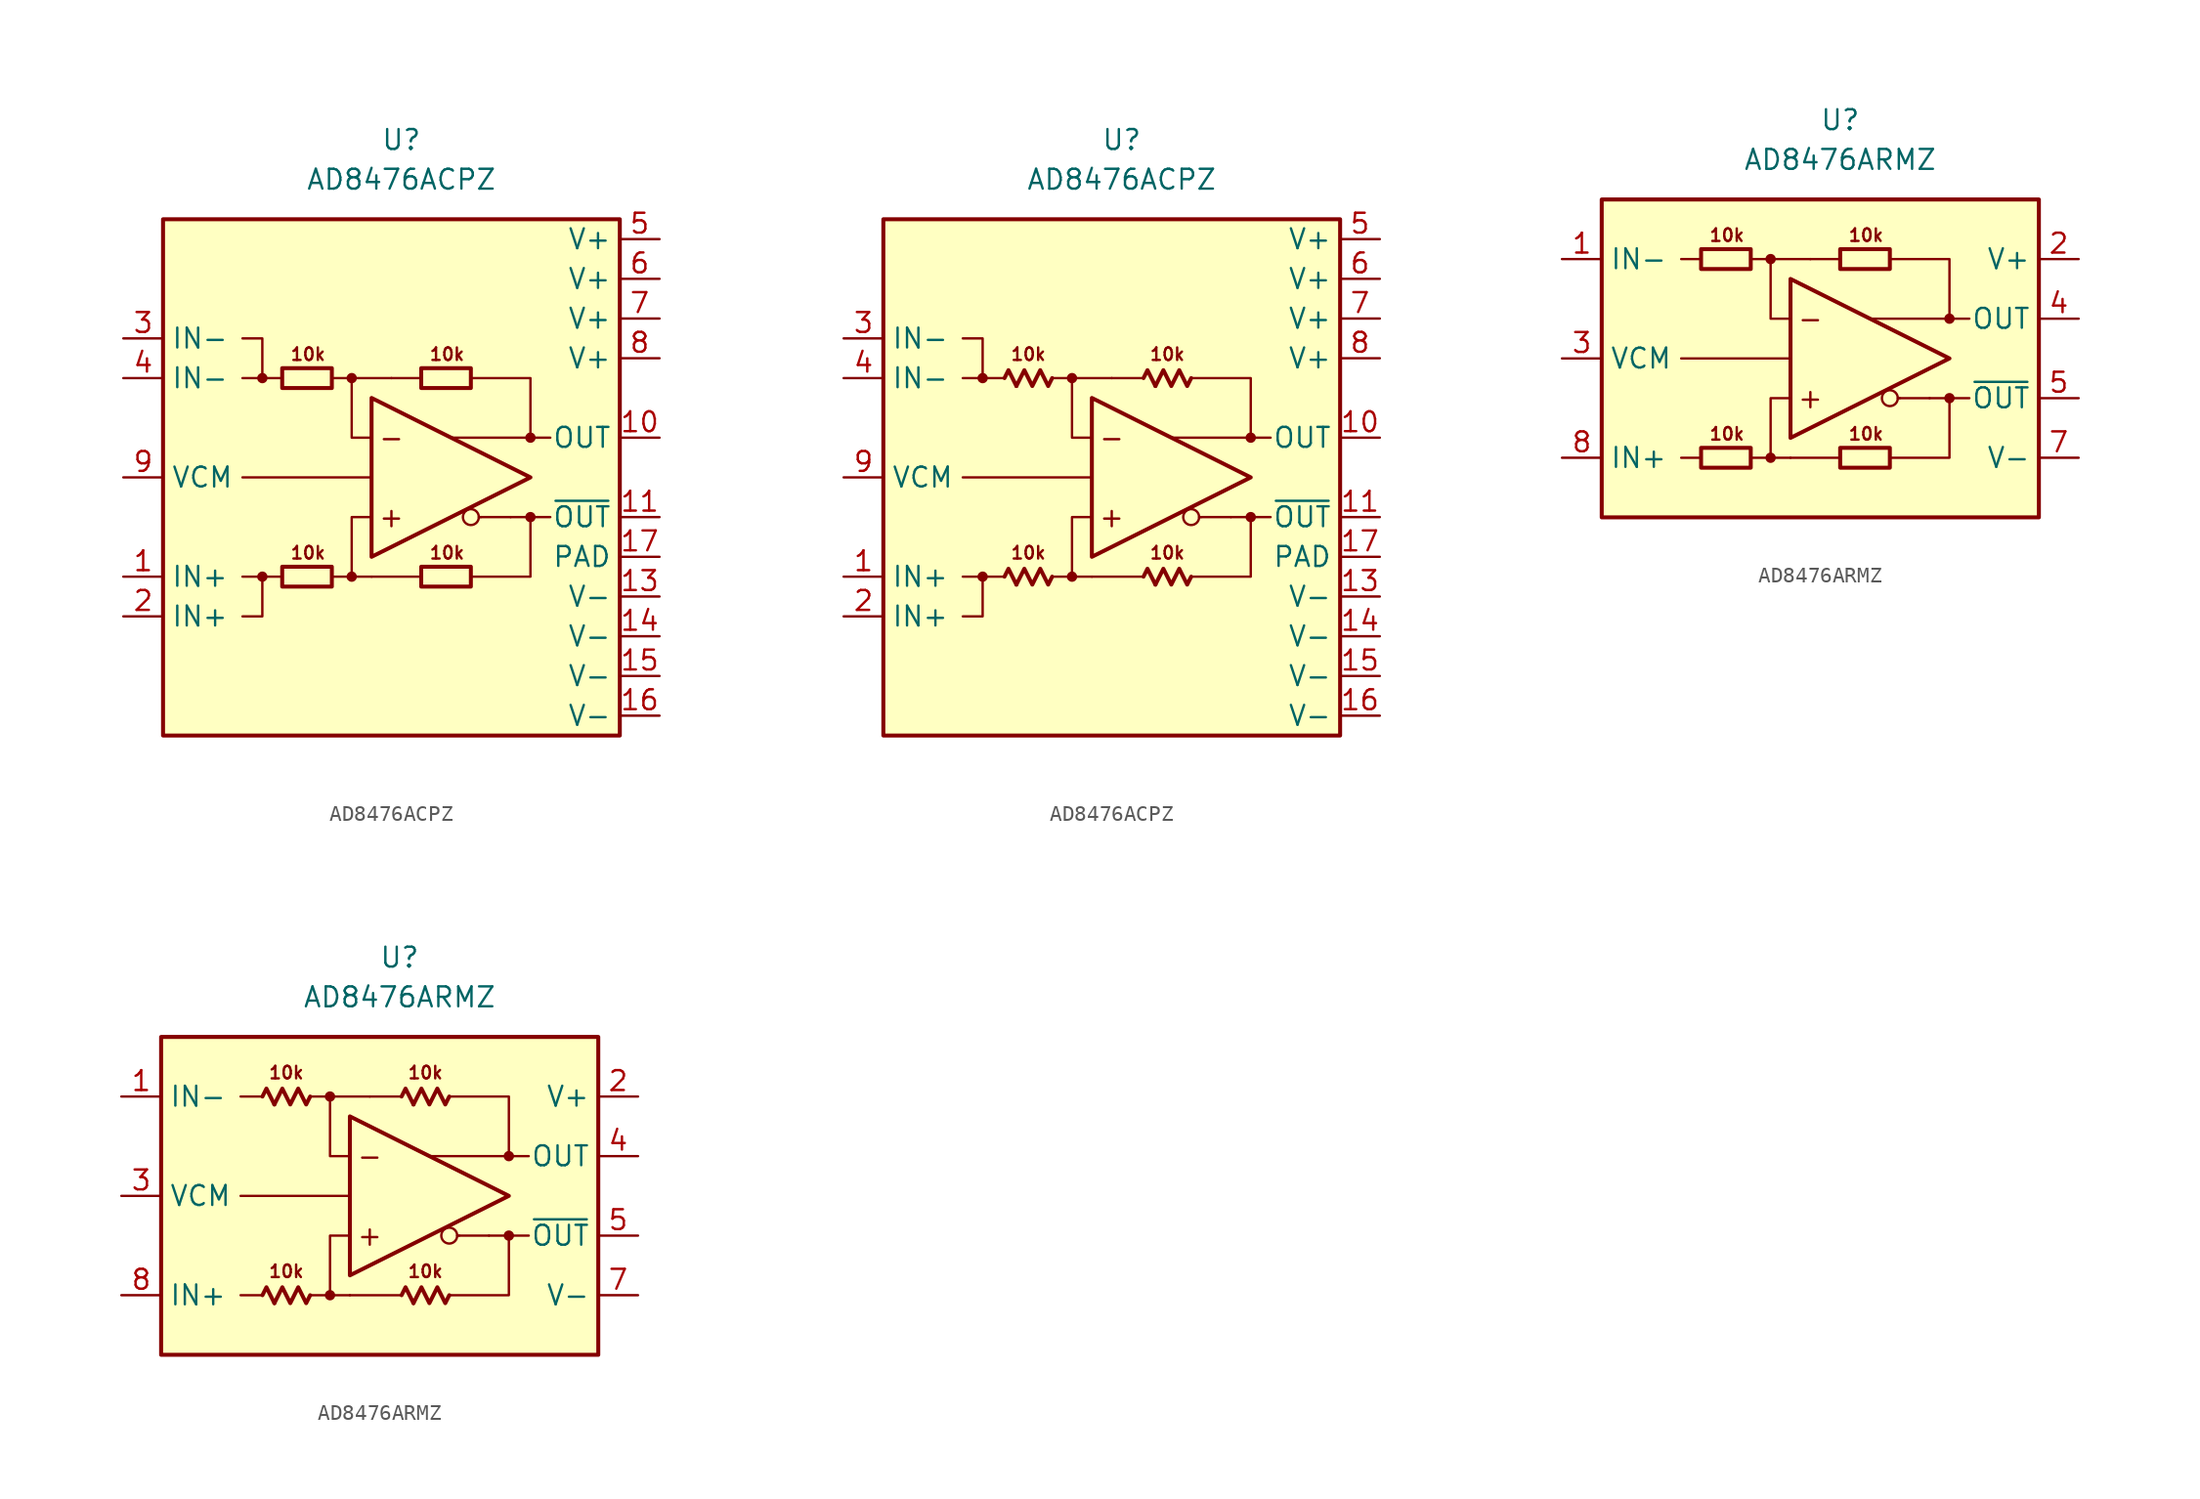
<source format=kicad_sym>
(kicad_symbol_lib
  (version 20231120)
  (generator "kicad_symbol_editor")
  (generator_version "8.0")
  (symbol "AD8476ACPZ"
    (property "Reference" "U"
      (at 0 21.59 0)
      (effects (font (size 1.27 1.27))))
    (property "Value" "AD8476ACPZ"
      (at 0 19.05 0)
      (effects (font (size 1.27 1.27))))
    (symbol "AD8476ACPZ_0_0"
      (rectangle (start -15.24 16.51) (end 13.97 -16.51) (stroke (width 0.254) (type default)) (fill (type background)))
      (circle (center -8.89 -6.35) (radius 0.254) (stroke (width 0.152) (type default)) (fill (type outline)))
      (circle (center -8.89 6.35) (radius 0.254) (stroke (width 0.152) (type default)) (fill (type outline)))
      (circle (center -3.175 -6.35) (radius 0.254) (stroke (width 0.152) (type default)) (fill (type outline)))
      (circle (center -3.175 6.35) (radius 0.254) (stroke (width 0.152) (type default)) (fill (type outline)))
      (polyline (pts (xy -7.62 -6.35) (xy -8.89 -6.35)) (stroke (width 0.152) (type default)) (fill (type none)))
      (polyline (pts (xy -7.62 6.35) (xy -8.89 6.35)) (stroke (width 0.152) (type default)) (fill (type none)))
      (polyline (pts (xy -3.175 6.35) (xy -0.635 6.35)) (stroke (width 0.152) (type default)) (fill (type none)))
      (polyline (pts (xy -1.905 -6.35) (xy -3.175 -6.35)) (stroke (width 0.152) (type default)) (fill (type none)))
      (polyline (pts (xy -1.905 0) (xy -10.16 0)) (stroke (width 0) (type default)) (fill (type none)))
      (polyline (pts (xy 1.27 -6.35) (xy -1.905 -6.35)) (stroke (width 0.152) (type default)) (fill (type none)))
      (polyline (pts (xy 1.27 6.35) (xy -0.635 6.35)) (stroke (width 0.152) (type default)) (fill (type none)))
      (polyline (pts (xy 5.08 -2.54) (xy 4.953 -2.54)) (stroke (width 0.152) (type default)) (fill (type none)))
      (polyline (pts (xy 6.985 -2.54) (xy 5.08 -2.54)) (stroke (width 0.152) (type default)) (fill (type none)))
      (polyline (pts (xy 8.255 -2.54) (xy 9.525 -2.54)) (stroke (width 0.152) (type default)) (fill (type none)))
      (polyline (pts (xy 8.255 2.54) (xy 9.525 2.54)) (stroke (width 0.152) (type default)) (fill (type none)))
      (polyline (pts (xy -10.16 -6.35) (xy -8.89 -6.35) (xy -8.89 -8.89) (xy -10.16 -8.89)) (stroke (width 0.152) (type default)) (fill (type none)))
      (polyline (pts (xy -10.16 6.35) (xy -8.89 6.35) (xy -8.89 8.89) (xy -10.16 8.89)) (stroke (width 0.152) (type default)) (fill (type none)))
      (polyline (pts (xy -4.445 -6.35) (xy -3.175 -6.35) (xy -3.175 -2.54) (xy -1.905 -2.54)) (stroke (width 0.152) (type default)) (fill (type none)))
      (polyline (pts (xy -1.905 2.54) (xy -3.175 2.54) (xy -3.175 6.35) (xy -4.445 6.35)) (stroke (width 0.152) (type default)) (fill (type none)))
      (polyline (pts (xy 4.445 6.35) (xy 8.255 6.35) (xy 8.255 2.54) (xy 3.175 2.54)) (stroke (width 0.152) (type default)) (fill (type none)))
      (polyline (pts (xy 6.985 -2.54) (xy 8.255 -2.54) (xy 8.255 -6.35) (xy 4.445 -6.35)) (stroke (width 0.152) (type default)) (fill (type none)))
      (circle (center 4.445 -2.54) (radius 0.508) (stroke (width 0.152) (type default)) (fill (type none)))
      (circle (center 8.255 -2.54) (radius 0.254) (stroke (width 0.152) (type default)) (fill (type outline)))
      (circle (center 8.255 2.54) (radius 0.254) (stroke (width 0.152) (type default)) (fill (type outline)))
      (text "+" (at -0.635 -2.54 0) (effects (font (size 1.27 1.27))))
      (text "-" (at -0.635 2.54 0) (effects (font (size 1.27 1.27))))
      (text "10k" (at -5.969 -4.826 0) (effects (font (size 0.8 0.8))))
      (text "10k" (at -5.969 7.874 0) (effects (font (size 0.8 0.8))))
      (text "10k" (at 2.921 -4.826 0) (effects (font (size 0.8 0.8))))
      (text "10k" (at 2.921 7.874 0) (effects (font (size 0.8 0.8)))))
    (symbol "AD8476ACPZ_0_1"
      (rectangle (start -7.62 -5.715) (end -4.445 -6.985) (stroke (width 0.254) (type default)) (fill (type none)))
      (rectangle (start -7.62 6.985) (end -4.445 5.715) (stroke (width 0.254) (type default)) (fill (type none)))
      (rectangle (start 1.27 -5.715) (end 4.445 -6.985) (stroke (width 0.254) (type default)) (fill (type none)))
      (rectangle (start 1.27 6.985) (end 4.445 5.715) (stroke (width 0.254) (type default)) (fill (type none))))
    (symbol "AD8476ACPZ_0_2"
      (polyline (pts (xy -6.731 -6.858) (xy -7.239 -5.842) (xy -7.493 -6.35)) (stroke (width 0.254) (type default)) (fill (type none)))
      (polyline (pts (xy -6.731 5.842) (xy -7.239 6.858) (xy -7.493 6.35)) (stroke (width 0.254) (type default)) (fill (type none)))
      (polyline (pts (xy 2.159 -6.858) (xy 1.651 -5.842) (xy 1.397 -6.35)) (stroke (width 0.254) (type default)) (fill (type none)))
      (polyline (pts (xy 2.159 5.842) (xy 1.651 6.858) (xy 1.397 6.35)) (stroke (width 0.254) (type default)) (fill (type none)))
      (polyline (pts (xy -4.445 -6.35) (xy -4.699 -6.858) (xy -5.207 -5.842) (xy -5.715 -6.858) (xy -6.223 -5.842) (xy -6.731 -6.858)) (stroke (width 0.254) (type default)) (fill (type none)))
      (polyline (pts (xy -4.445 6.35) (xy -4.699 5.842) (xy -5.207 6.858) (xy -5.715 5.842) (xy -6.223 6.858) (xy -6.731 5.842)) (stroke (width 0.254) (type default)) (fill (type none)))
      (polyline (pts (xy 4.445 -6.35) (xy 4.191 -6.858) (xy 3.683 -5.842) (xy 3.175 -6.858) (xy 2.667 -5.842) (xy 2.159 -6.858)) (stroke (width 0.254) (type default)) (fill (type none)))
      (polyline (pts (xy 4.445 6.35) (xy 4.191 5.842) (xy 3.683 6.858) (xy 3.175 5.842) (xy 2.667 6.858) (xy 2.159 5.842)) (stroke (width 0.254) (type default)) (fill (type none))))
    (symbol "AD8476ACPZ_1_0"
      (polyline (pts (xy -1.905 5.08) (xy -1.905 -5.08) (xy 8.255 0) (xy -1.905 5.08)) (stroke (width 0.254) (type default)) (fill (type none))))
    (symbol "AD8476ACPZ_1_1"
      (pin input line (at -17.78 -6.35 0) (length 2.54) (name "IN+" (effects (font (size 1.27 1.27)))) (number "1" (effects (font (size 1.27 1.27)))))
      (pin output line (at 16.51 2.54 180) (length 2.54) (name "OUT" (effects (font (size 1.27 1.27)))) (number "10" (effects (font (size 1.27 1.27)))))
      (pin output line (at 16.51 -2.54 180) (length 2.54) (name "~{OUT}" (effects (font (size 1.27 1.27)))) (number "11" (effects (font (size 1.27 1.27)))))
      (pin free line (at 1.27 -13.97 0) (length 2.54) hide (name "NC" (effects (font (size 1.27 1.27)))) (number "12" (effects (font (size 1.27 1.27)))))
      (pin power_in line (at 16.51 -7.62 180) (length 2.54) (name "V-" (effects (font (size 1.27 1.27)))) (number "13" (effects (font (size 1.27 1.27)))))
      (pin power_in line (at 16.51 -10.16 180) (length 2.54) (name "V-" (effects (font (size 1.27 1.27)))) (number "14" (effects (font (size 1.27 1.27)))))
      (pin power_in line (at 16.51 -12.7 180) (length 2.54) (name "V-" (effects (font (size 1.27 1.27)))) (number "15" (effects (font (size 1.27 1.27)))))
      (pin power_in line (at 16.51 -15.24 180) (length 2.54) (name "V-" (effects (font (size 1.27 1.27)))) (number "16" (effects (font (size 1.27 1.27)))))
      (pin power_in line (at 16.51 -5.08 180) (length 2.54) (name "PAD" (effects (font (size 1.27 1.27)))) (number "17" (effects (font (size 1.27 1.27)))))
      (pin input line (at -17.78 -8.89 0) (length 2.54) (name "IN+" (effects (font (size 1.27 1.27)))) (number "2" (effects (font (size 1.27 1.27)))))
      (pin input line (at -17.78 8.89 0) (length 2.54) (name "IN-" (effects (font (size 1.27 1.27)))) (number "3" (effects (font (size 1.27 1.27)))))
      (pin input line (at -17.78 6.35 0) (length 2.54) (name "IN-" (effects (font (size 1.27 1.27)))) (number "4" (effects (font (size 1.27 1.27)))))
      (pin power_in line (at 16.51 15.24 180) (length 2.54) (name "V+" (effects (font (size 1.27 1.27)))) (number "5" (effects (font (size 1.27 1.27)))))
      (pin power_in line (at 16.51 12.7 180) (length 2.54) (name "V+" (effects (font (size 1.27 1.27)))) (number "6" (effects (font (size 1.27 1.27)))))
      (pin power_in line (at 16.51 10.16 180) (length 2.54) (name "V+" (effects (font (size 1.27 1.27)))) (number "7" (effects (font (size 1.27 1.27)))))
      (pin power_in line (at 16.51 7.62 180) (length 2.54) (name "V+" (effects (font (size 1.27 1.27)))) (number "8" (effects (font (size 1.27 1.27)))))
      (pin input line (at -17.78 0 0) (length 2.54) (name "VCM" (effects (font (size 1.27 1.27)))) (number "9" (effects (font (size 1.27 1.27))))))
    (symbol "AD8476ACPZ_1_2"
      (pin input line (at -17.78 -6.35 0) (length 2.54) (name "IN+" (effects (font (size 1.27 1.27)))) (number "1" (effects (font (size 1.27 1.27)))))
      (pin output line (at 16.51 2.54 180) (length 2.54) (name "OUT" (effects (font (size 1.27 1.27)))) (number "10" (effects (font (size 1.27 1.27)))))
      (pin output line (at 16.51 -2.54 180) (length 2.54) (name "~{OUT}" (effects (font (size 1.27 1.27)))) (number "11" (effects (font (size 1.27 1.27)))))
      (pin free line (at 1.27 -13.97 0) (length 2.54) hide (name "NC" (effects (font (size 1.27 1.27)))) (number "12" (effects (font (size 1.27 1.27)))))
      (pin power_in line (at 16.51 -7.62 180) (length 2.54) (name "V-" (effects (font (size 1.27 1.27)))) (number "13" (effects (font (size 1.27 1.27)))))
      (pin power_in line (at 16.51 -10.16 180) (length 2.54) (name "V-" (effects (font (size 1.27 1.27)))) (number "14" (effects (font (size 1.27 1.27)))))
      (pin power_in line (at 16.51 -12.7 180) (length 2.54) (name "V-" (effects (font (size 1.27 1.27)))) (number "15" (effects (font (size 1.27 1.27)))))
      (pin power_in line (at 16.51 -15.24 180) (length 2.54) (name "V-" (effects (font (size 1.27 1.27)))) (number "16" (effects (font (size 1.27 1.27)))))
      (pin power_in line (at 16.51 -5.08 180) (length 2.54) (name "PAD" (effects (font (size 1.27 1.27)))) (number "17" (effects (font (size 1.27 1.27)))))
      (pin input line (at -17.78 -8.89 0) (length 2.54) (name "IN+" (effects (font (size 1.27 1.27)))) (number "2" (effects (font (size 1.27 1.27)))))
      (pin input line (at -17.78 8.89 0) (length 2.54) (name "IN-" (effects (font (size 1.27 1.27)))) (number "3" (effects (font (size 1.27 1.27)))))
      (pin input line (at -17.78 6.35 0) (length 2.54) (name "IN-" (effects (font (size 1.27 1.27)))) (number "4" (effects (font (size 1.27 1.27)))))
      (pin power_in line (at 16.51 15.24 180) (length 2.54) (name "V+" (effects (font (size 1.27 1.27)))) (number "5" (effects (font (size 1.27 1.27)))))
      (pin power_in line (at 16.51 12.7 180) (length 2.54) (name "V+" (effects (font (size 1.27 1.27)))) (number "6" (effects (font (size 1.27 1.27)))))
      (pin power_in line (at 16.51 10.16 180) (length 2.54) (name "V+" (effects (font (size 1.27 1.27)))) (number "7" (effects (font (size 1.27 1.27)))))
      (pin power_in line (at 16.51 7.62 180) (length 2.54) (name "V+" (effects (font (size 1.27 1.27)))) (number "8" (effects (font (size 1.27 1.27)))))
      (pin input line (at -17.78 0 0) (length 2.54) (name "VCM" (effects (font (size 1.27 1.27)))) (number "9" (effects (font (size 1.27 1.27)))))))
  (symbol "AD8476ARMZ"
    (property "Reference" "U"
      (at 0 15.24 0)
      (effects (font (size 1.27 1.27))))
    (property "Value" "AD8476ARMZ"
      (at 0 12.7 0)
      (effects (font (size 1.27 1.27))))
    (symbol "AD8476ARMZ_0_0"
      (rectangle (start -15.24 10.16) (end 12.7 -10.16) (stroke (width 0.254) (type default)) (fill (type background)))
      (circle (center -4.445 -6.35) (radius 0.254) (stroke (width 0.152) (type default)) (fill (type outline)))
      (circle (center -4.445 6.35) (radius 0.254) (stroke (width 0.152) (type default)) (fill (type outline)))
      (polyline (pts (xy -10.16 0) (xy -3.175 0)) (stroke (width 0) (type default)) (fill (type none)))
      (polyline (pts (xy -8.89 -6.35) (xy -10.16 -6.35)) (stroke (width 0.152) (type default)) (fill (type none)))
      (polyline (pts (xy -8.89 6.35) (xy -10.16 6.35)) (stroke (width 0.152) (type default)) (fill (type none)))
      (polyline (pts (xy -4.445 6.35) (xy -1.905 6.35)) (stroke (width 0.152) (type default)) (fill (type none)))
      (polyline (pts (xy -3.175 -6.35) (xy -4.445 -6.35)) (stroke (width 0.152) (type default)) (fill (type none)))
      (polyline (pts (xy 0 -6.35) (xy -3.175 -6.35)) (stroke (width 0.152) (type default)) (fill (type none)))
      (polyline (pts (xy 0 6.35) (xy -1.905 6.35)) (stroke (width 0.152) (type default)) (fill (type none)))
      (polyline (pts (xy 3.81 -2.54) (xy 3.683 -2.54)) (stroke (width 0.152) (type default)) (fill (type none)))
      (polyline (pts (xy 5.715 -2.54) (xy 3.81 -2.54)) (stroke (width 0.152) (type default)) (fill (type none)))
      (polyline (pts (xy 6.985 -2.54) (xy 8.255 -2.54)) (stroke (width 0.152) (type default)) (fill (type none)))
      (polyline (pts (xy 6.985 2.54) (xy 8.255 2.54)) (stroke (width 0.152) (type default)) (fill (type none)))
      (polyline (pts (xy -5.715 -6.35) (xy -4.445 -6.35) (xy -4.445 -2.54) (xy -3.175 -2.54)) (stroke (width 0.152) (type default)) (fill (type none)))
      (polyline (pts (xy -3.175 2.54) (xy -4.445 2.54) (xy -4.445 6.35) (xy -5.715 6.35)) (stroke (width 0.152) (type default)) (fill (type none)))
      (polyline (pts (xy 3.175 6.35) (xy 6.985 6.35) (xy 6.985 2.54) (xy 1.905 2.54)) (stroke (width 0.152) (type default)) (fill (type none)))
      (polyline (pts (xy 5.715 -2.54) (xy 6.985 -2.54) (xy 6.985 -6.35) (xy 3.175 -6.35)) (stroke (width 0.152) (type default)) (fill (type none)))
      (circle (center 3.175 -2.54) (radius 0.508) (stroke (width 0.152) (type default)) (fill (type none)))
      (circle (center 6.985 -2.54) (radius 0.254) (stroke (width 0.152) (type default)) (fill (type outline)))
      (circle (center 6.985 2.54) (radius 0.254) (stroke (width 0.152) (type default)) (fill (type outline)))
      (text "+" (at -1.905 -2.54 0) (effects (font (size 1.27 1.27))))
      (text "-" (at -1.905 2.54 0) (effects (font (size 1.27 1.27))))
      (text "10k" (at -7.239 -4.826 0) (effects (font (size 0.8 0.8))))
      (text "10k" (at -7.239 7.874 0) (effects (font (size 0.8 0.8))))
      (text "10k" (at 1.651 -4.826 0) (effects (font (size 0.8 0.8))))
      (text "10k" (at 1.651 7.874 0) (effects (font (size 0.8 0.8)))))
    (symbol "AD8476ARMZ_0_1"
      (rectangle (start -8.89 -5.715) (end -5.715 -6.985) (stroke (width 0.254) (type default)) (fill (type none)))
      (rectangle (start -8.89 6.985) (end -5.715 5.715) (stroke (width 0.254) (type default)) (fill (type none)))
      (rectangle (start 0 -5.715) (end 3.175 -6.985) (stroke (width 0.254) (type default)) (fill (type none)))
      (rectangle (start 0 6.985) (end 3.175 5.715) (stroke (width 0.254) (type default)) (fill (type none))))
    (symbol "AD8476ARMZ_0_2"
      (polyline (pts (xy -8.001 -6.858) (xy -8.509 -5.842) (xy -8.763 -6.35)) (stroke (width 0.254) (type default)) (fill (type none)))
      (polyline (pts (xy -8.001 5.842) (xy -8.509 6.858) (xy -8.763 6.35)) (stroke (width 0.254) (type default)) (fill (type none)))
      (polyline (pts (xy 0.889 -6.858) (xy 0.381 -5.842) (xy 0.127 -6.35)) (stroke (width 0.254) (type default)) (fill (type none)))
      (polyline (pts (xy 0.889 5.842) (xy 0.381 6.858) (xy 0.127 6.35)) (stroke (width 0.254) (type default)) (fill (type none)))
      (polyline (pts (xy -5.715 -6.35) (xy -5.969 -6.858) (xy -6.477 -5.842) (xy -6.985 -6.858) (xy -7.493 -5.842) (xy -8.001 -6.858)) (stroke (width 0.254) (type default)) (fill (type none)))
      (polyline (pts (xy -5.715 6.35) (xy -5.969 5.842) (xy -6.477 6.858) (xy -6.985 5.842) (xy -7.493 6.858) (xy -8.001 5.842)) (stroke (width 0.254) (type default)) (fill (type none)))
      (polyline (pts (xy 3.175 -6.35) (xy 2.921 -6.858) (xy 2.413 -5.842) (xy 1.905 -6.858) (xy 1.397 -5.842) (xy 0.889 -6.858)) (stroke (width 0.254) (type default)) (fill (type none)))
      (polyline (pts (xy 3.175 6.35) (xy 2.921 5.842) (xy 2.413 6.858) (xy 1.905 5.842) (xy 1.397 6.858) (xy 0.889 5.842)) (stroke (width 0.254) (type default)) (fill (type none))))
    (symbol "AD8476ARMZ_1_0"
      (polyline (pts (xy -3.175 5.08) (xy -3.175 -5.08) (xy 6.985 0) (xy -3.175 5.08)) (stroke (width 0.254) (type default)) (fill (type none))))
    (symbol "AD8476ARMZ_1_1"
      (pin input line (at -17.78 6.35 0) (length 2.54) (name "IN-" (effects (font (size 1.27 1.27)))) (number "1" (effects (font (size 1.27 1.27)))))
      (pin power_in line (at 15.24 6.35 180) (length 2.54) (name "V+" (effects (font (size 1.27 1.27)))) (number "2" (effects (font (size 1.27 1.27)))))
      (pin input line (at -17.78 0 0) (length 2.54) (name "VCM" (effects (font (size 1.27 1.27)))) (number "3" (effects (font (size 1.27 1.27)))))
      (pin output line (at 15.24 2.54 180) (length 2.54) (name "OUT" (effects (font (size 1.27 1.27)))) (number "4" (effects (font (size 1.27 1.27)))))
      (pin output line (at 15.24 -2.54 180) (length 2.54) (name "~{OUT}" (effects (font (size 1.27 1.27)))) (number "5" (effects (font (size 1.27 1.27)))))
      (pin free line (at -10.16 -2.54 0) (length 2.54) hide (name "NC" (effects (font (size 1.27 1.27)))) (number "6" (effects (font (size 1.27 1.27)))))
      (pin power_in line (at 15.24 -6.35 180) (length 2.54) (name "V-" (effects (font (size 1.27 1.27)))) (number "7" (effects (font (size 1.27 1.27)))))
      (pin input line (at -17.78 -6.35 0) (length 2.54) (name "IN+" (effects (font (size 1.27 1.27)))) (number "8" (effects (font (size 1.27 1.27))))))
    (symbol "AD8476ARMZ_1_2"
      (pin input line (at -17.78 6.35 0) (length 2.54) (name "IN-" (effects (font (size 1.27 1.27)))) (number "1" (effects (font (size 1.27 1.27)))))
      (pin power_in line (at 15.24 6.35 180) (length 2.54) (name "V+" (effects (font (size 1.27 1.27)))) (number "2" (effects (font (size 1.27 1.27)))))
      (pin input line (at -17.78 0 0) (length 2.54) (name "VCM" (effects (font (size 1.27 1.27)))) (number "3" (effects (font (size 1.27 1.27)))))
      (pin output line (at 15.24 2.54 180) (length 2.54) (name "OUT" (effects (font (size 1.27 1.27)))) (number "4" (effects (font (size 1.27 1.27)))))
      (pin output line (at 15.24 -2.54 180) (length 2.54) (name "~{OUT}" (effects (font (size 1.27 1.27)))) (number "5" (effects (font (size 1.27 1.27)))))
      (pin free line (at -10.16 -2.54 0) (length 2.54) hide (name "NC" (effects (font (size 1.27 1.27)))) (number "6" (effects (font (size 1.27 1.27)))))
      (pin power_in line (at 15.24 -6.35 180) (length 2.54) (name "V-" (effects (font (size 1.27 1.27)))) (number "7" (effects (font (size 1.27 1.27)))))
      (pin input line (at -17.78 -6.35 0) (length 2.54) (name "IN+" (effects (font (size 1.27 1.27)))) (number "8" (effects (font (size 1.27 1.27))))))))
</source>
